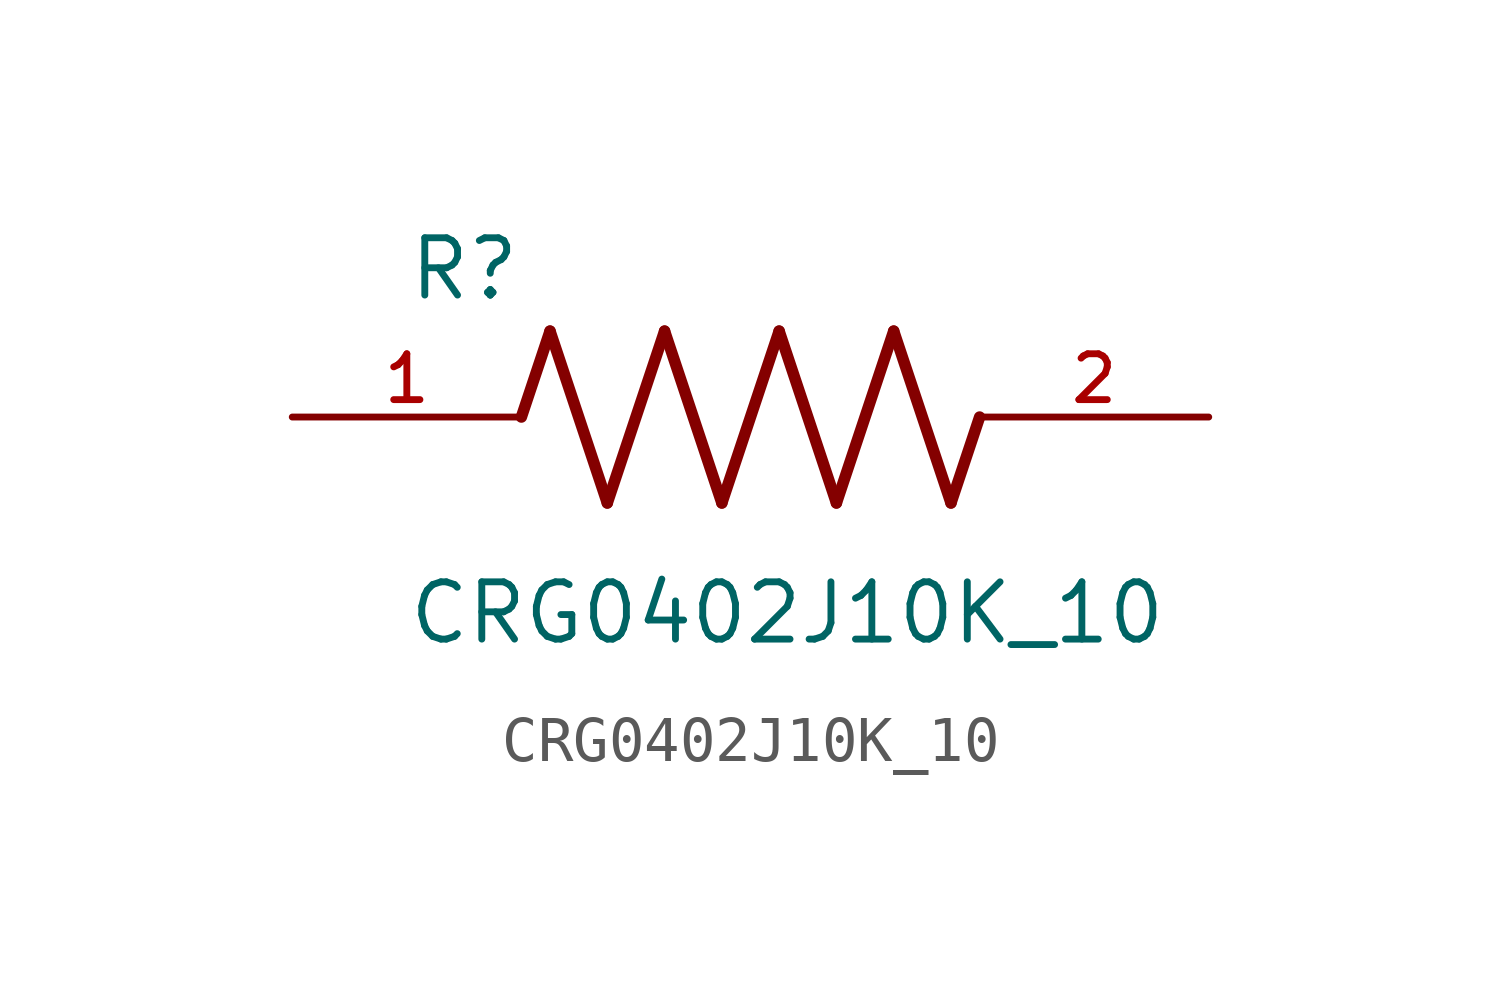
<source format=kicad_sym>
(kicad_symbol_lib
  (version 20211014)
  (generator kicad_symbol_editor)
  (symbol "CRG0402J10K_10"
    (pin_names
      (offset 1.016))
    (property "Reference" "R"
      (at -7.624 2.541 0)
      (effects (font (size 1.27 1.27)) (justify bottom left)))
    (property "Value" "CRG0402J10K_10"
      (at -7.63 -5.087 0)
      (effects (font (size 1.27 1.27)) (justify bottom left)))
    (symbol "CRG0402J10K_10_0_0"
      (polyline (pts (xy -5.08 0.0) (xy -4.445 1.905)) (stroke (width 0.254)))
      (polyline (pts (xy -4.445 1.905) (xy -3.175 -1.905)) (stroke (width 0.254)))
      (polyline (pts (xy -3.175 -1.905) (xy -1.905 1.905)) (stroke (width 0.254)))
      (polyline (pts (xy -1.905 1.905) (xy -0.635 -1.905)) (stroke (width 0.254)))
      (polyline (pts (xy -0.635 -1.905) (xy 0.635 1.905)) (stroke (width 0.254)))
      (polyline (pts (xy 0.635 1.905) (xy 1.905 -1.905)) (stroke (width 0.254)))
      (polyline (pts (xy 1.905 -1.905) (xy 3.175 1.905)) (stroke (width 0.254)))
      (polyline (pts (xy 3.175 1.905) (xy 4.445 -1.905)) (stroke (width 0.254)))
      (polyline (pts (xy 4.445 -1.905) (xy 5.08 0.0)) (stroke (width 0.254)))
      (pin passive line (at -10.16 0.0 0) (length 5.08) (name "~" (effects (font (size 1.016 1.016)))) (number "1" (effects (font (size 1.016 1.016)))))
      (pin passive line (at 10.16 0.0 180.0) (length 5.08) (name "~" (effects (font (size 1.016 1.016)))) (number "2" (effects (font (size 1.016 1.016))))))))
</source>
